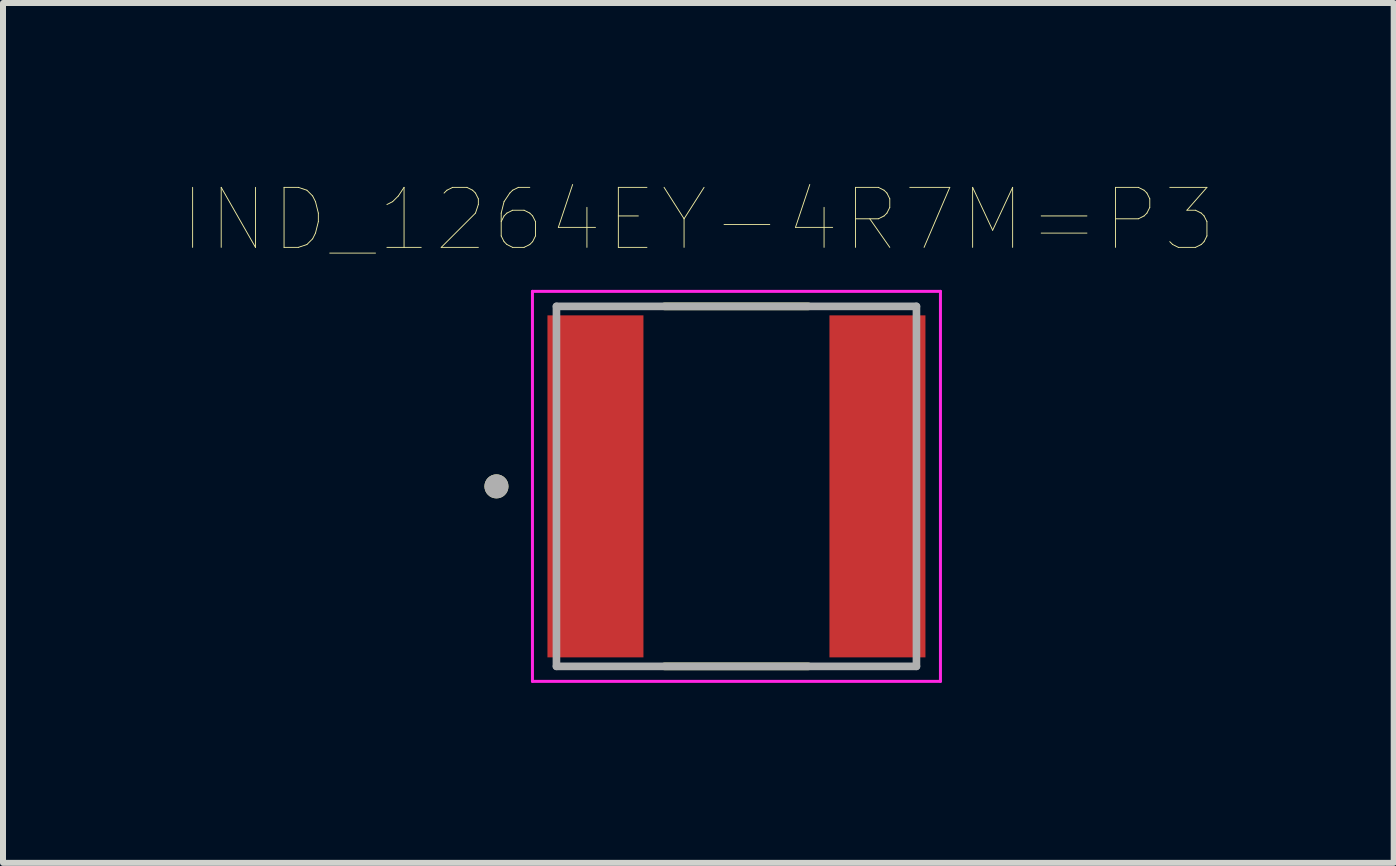
<source format=kicad_pcb>
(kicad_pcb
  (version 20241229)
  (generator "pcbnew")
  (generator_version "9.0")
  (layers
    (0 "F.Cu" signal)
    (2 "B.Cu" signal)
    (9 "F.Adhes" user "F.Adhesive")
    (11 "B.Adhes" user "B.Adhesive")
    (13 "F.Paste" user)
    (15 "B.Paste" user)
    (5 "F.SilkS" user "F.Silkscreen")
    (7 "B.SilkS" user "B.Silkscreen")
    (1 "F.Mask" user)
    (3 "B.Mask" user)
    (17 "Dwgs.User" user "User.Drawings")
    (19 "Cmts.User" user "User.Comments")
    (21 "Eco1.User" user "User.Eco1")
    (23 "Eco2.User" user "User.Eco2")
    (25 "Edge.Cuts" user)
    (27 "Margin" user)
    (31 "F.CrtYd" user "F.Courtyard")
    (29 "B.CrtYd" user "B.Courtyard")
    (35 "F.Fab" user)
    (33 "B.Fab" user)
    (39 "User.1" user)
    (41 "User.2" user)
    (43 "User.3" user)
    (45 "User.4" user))
  (footprint "IND_1264EY-4R7M=P3"
    (layer "F.Cu")
    (at 9.224 5.056)
    (property "Reference" "IND_1264EY-4R7M=P3" (at -0.635 -4.445 0) (layer "F.SilkS") (effects (font (size 1 1) (thickness 0.015))))
    (attr through_hole)
    (fp_line (start -1.2 -3) (end 1.2 -3) (stroke (width 0.127) (type solid)) (layer "F.SilkS"))
    (fp_line (start -1.2 3) (end 1.2 3) (stroke (width 0.127) (type solid)) (layer "F.SilkS"))
    (fp_circle (center -4 0) (end -3.9 0) (stroke (width 0.2) (type solid)) (fill no) (layer "F.SilkS"))
    (fp_line (start -3.4 -3.25) (end 3.4 -3.25) (stroke (width 0.05) (type solid)) (layer "F.CrtYd"))
    (fp_line (start -3.4 3.25) (end -3.4 -3.25) (stroke (width 0.05) (type solid)) (layer "F.CrtYd"))
    (fp_line (start 3.4 -3.25) (end 3.4 3.25) (stroke (width 0.05) (type solid)) (layer "F.CrtYd"))
    (fp_line (start 3.4 3.25) (end -3.4 3.25) (stroke (width 0.05) (type solid)) (layer "F.CrtYd"))
    (fp_line (start -3 -3) (end 3 -3) (stroke (width 0.127) (type solid)) (layer "F.Fab"))
    (fp_line (start -3 3) (end -3 -3) (stroke (width 0.127) (type solid)) (layer "F.Fab"))
    (fp_line (start 3 -3) (end 3 3) (stroke (width 0.127) (type solid)) (layer "F.Fab"))
    (fp_line (start 3 3) (end -3 3) (stroke (width 0.127) (type solid)) (layer "F.Fab"))
    (fp_circle (center -4 0) (end -3.9 0) (stroke (width 0.2) (type solid)) (fill no) (layer "F.Fab"))
    (pad "1" smd rect (at -2.35 0) (size 1.6 5.7) (layers "F.Cu" "F.Mask" "F.Paste"))
    (pad "2" smd rect (at 2.35 0) (size 1.6 5.7) (layers "F.Cu" "F.Mask" "F.Paste")))
  (gr_rect
    (start -3 -3)
    (end 20.178 11.331)
    (stroke (width 0.1) (type default))
    (fill no)
    (layer "Edge.Cuts")))
</source>
